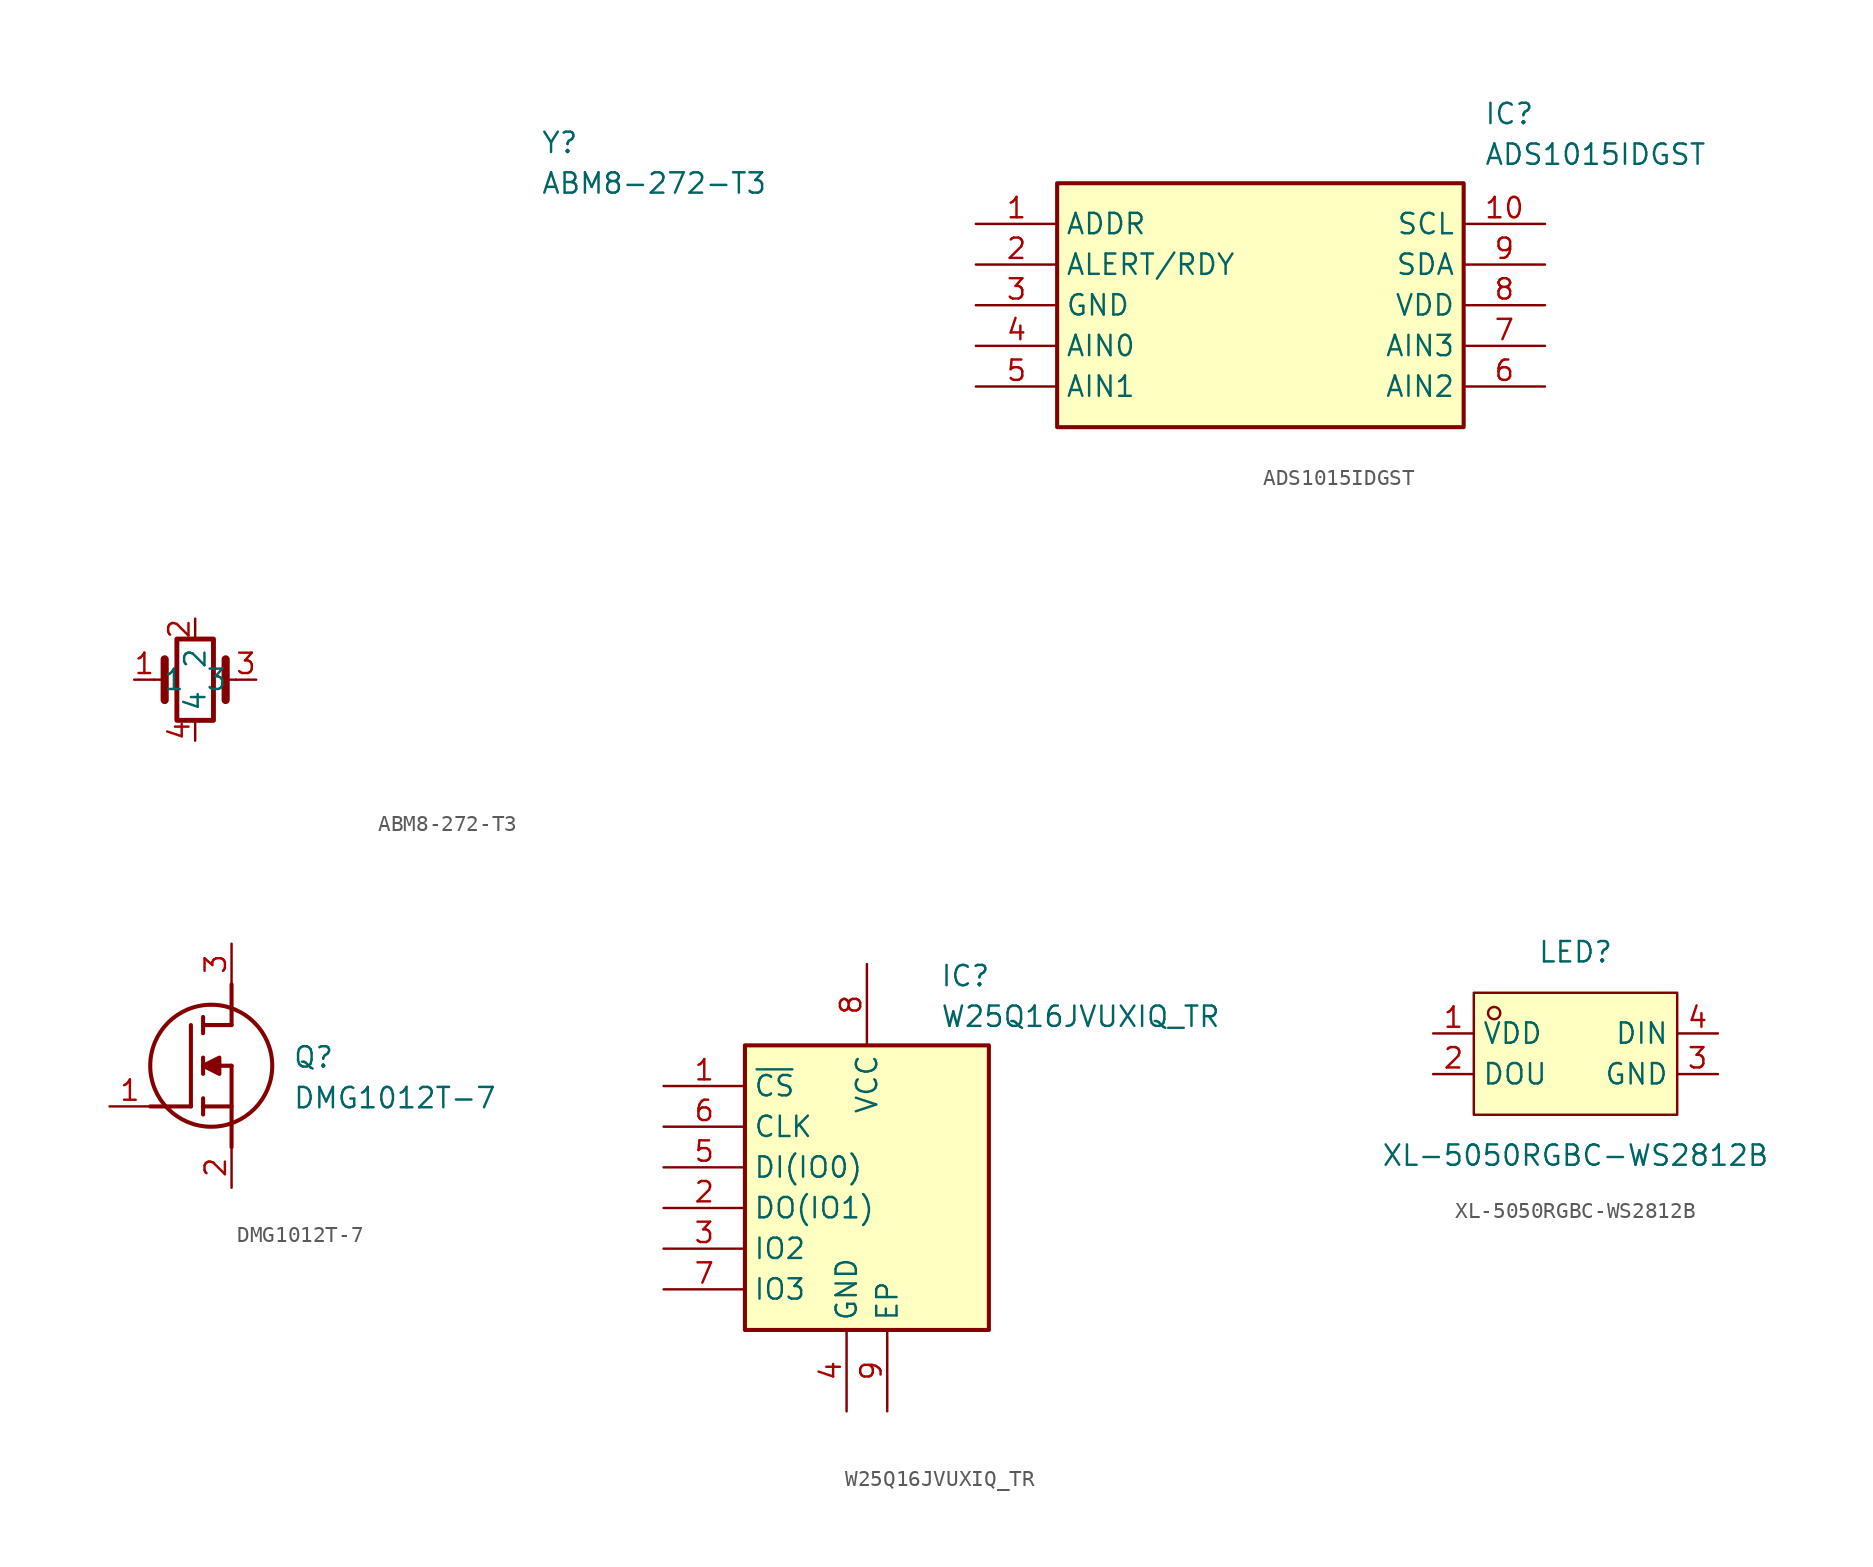
<source format=kicad_sym>
(kicad_symbol_lib
  (version 20241209)
  (generator "kicad_symbol_editor")
  (generator_version "9.0")
  (symbol "ABM8-272-T3"
    (property "Reference" "Y"
      (at 36.83 7.62 0)
      (effects (font (size 1.27 1.27)) (justify left top)))
    (property "Value" "ABM8-272-T3"
      (at 36.83 5.08 0)
      (effects (font (size 1.27 1.27)) (justify left top)))
    (symbol "ABM8-272-T3_0_1"
      (polyline (pts (xy 12.7 -26.67) (xy 13.335 -26.67)) (stroke (width 0) (type default)) (fill (type none)))
      (polyline (pts (xy 13.335 -27.94) (xy 13.335 -25.4)) (stroke (width 0.508) (type default)) (fill (type none)))
      (rectangle (start 14.097 -24.13) (end 16.383 -29.21) (stroke (width 0.305) (type default)) (fill (type none)))
      (polyline (pts (xy 17.145 -27.94) (xy 17.145 -25.4)) (stroke (width 0.508) (type default)) (fill (type none)))
      (polyline (pts (xy 17.78 -26.67) (xy 17.145 -26.67)) (stroke (width 0) (type default)) (fill (type none))))
    (symbol "ABM8-272-T3_1_1"
      (pin passive line (at 11.43 -26.67 0) (length 1.27) (name "1" (effects (font (size 1.27 1.27)))) (number "1" (effects (font (size 1.27 1.27)))))
      (pin passive line (at 15.24 -22.86 270) (length 1.27) (name "2" (effects (font (size 1.27 1.27)))) (number "2" (effects (font (size 1.27 1.27)))))
      (pin passive line (at 15.24 -30.48 90) (length 1.27) (name "4" (effects (font (size 1.27 1.27)))) (number "4" (effects (font (size 1.27 1.27)))))
      (pin passive line (at 19.05 -26.67 180) (length 1.27) (name "3" (effects (font (size 1.27 1.27)))) (number "3" (effects (font (size 1.27 1.27)))))))
  (symbol "ADS1015IDGST"
    (property "Reference" "IC"
      (at 31.75 7.62 0)
      (effects (font (size 1.27 1.27)) (justify left top)))
    (property "Value" "ADS1015IDGST"
      (at 31.75 5.08 0)
      (effects (font (size 1.27 1.27)) (justify left top)))
    (symbol "ADS1015IDGST_1_1"
      (rectangle (start 5.08 2.54) (end 30.48 -12.7) (stroke (width 0.254) (type default)) (fill (type background)))
      (pin passive line (at 0 0 0) (length 5.08) (name "ADDR" (effects (font (size 1.27 1.27)))) (number "1" (effects (font (size 1.27 1.27)))))
      (pin passive line (at 0 -2.54 0) (length 5.08) (name "ALERT/RDY" (effects (font (size 1.27 1.27)))) (number "2" (effects (font (size 1.27 1.27)))))
      (pin passive line (at 0 -5.08 0) (length 5.08) (name "GND" (effects (font (size 1.27 1.27)))) (number "3" (effects (font (size 1.27 1.27)))))
      (pin passive line (at 0 -7.62 0) (length 5.08) (name "AIN0" (effects (font (size 1.27 1.27)))) (number "4" (effects (font (size 1.27 1.27)))))
      (pin passive line (at 0 -10.16 0) (length 5.08) (name "AIN1" (effects (font (size 1.27 1.27)))) (number "5" (effects (font (size 1.27 1.27)))))
      (pin passive line (at 35.56 0 180) (length 5.08) (name "SCL" (effects (font (size 1.27 1.27)))) (number "10" (effects (font (size 1.27 1.27)))))
      (pin passive line (at 35.56 -2.54 180) (length 5.08) (name "SDA" (effects (font (size 1.27 1.27)))) (number "9" (effects (font (size 1.27 1.27)))))
      (pin passive line (at 35.56 -5.08 180) (length 5.08) (name "VDD" (effects (font (size 1.27 1.27)))) (number "8" (effects (font (size 1.27 1.27)))))
      (pin passive line (at 35.56 -7.62 180) (length 5.08) (name "AIN3" (effects (font (size 1.27 1.27)))) (number "7" (effects (font (size 1.27 1.27)))))
      (pin passive line (at 35.56 -10.16 180) (length 5.08) (name "AIN2" (effects (font (size 1.27 1.27)))) (number "6" (effects (font (size 1.27 1.27)))))))
  (symbol "DMG1012T-7"
    (pin_names
      (hide yes))
    (property "Reference" "Q"
      (at 11.43 3.81 0)
      (effects (font (size 1.27 1.27)) (justify left top)))
    (property "Value" "DMG1012T-7"
      (at 11.43 1.27 0)
      (effects (font (size 1.27 1.27)) (justify left top)))
    (symbol "DMG1012T-7_1_1"
      (polyline (pts (xy 2.54 0) (xy 5.08 0)) (stroke (width 0.254) (type default)) (fill (type none)))
      (polyline (pts (xy 5.08 5.08) (xy 5.08 0)) (stroke (width 0.254) (type default)) (fill (type none)))
      (polyline (pts (xy 5.842 5.588) (xy 5.842 4.572)) (stroke (width 0.254) (type default)) (fill (type none)))
      (polyline (pts (xy 5.842 2.54) (xy 6.858 3.048) (xy 6.858 2.032) (xy 5.842 2.54)) (stroke (width 0.254) (type default)) (fill (type outline)))
      (polyline (pts (xy 5.842 2.032) (xy 5.842 3.048)) (stroke (width 0.254) (type default)) (fill (type none)))
      (polyline (pts (xy 5.842 0) (xy 7.62 0)) (stroke (width 0.254) (type default)) (fill (type none)))
      (polyline (pts (xy 5.842 -0.508) (xy 5.842 0.508)) (stroke (width 0.254) (type default)) (fill (type none)))
      (circle (center 6.35 2.54) (radius 3.81) (stroke (width 0.254) (type default)) (fill (type none)))
      (polyline (pts (xy 7.62 5.08) (xy 5.842 5.08)) (stroke (width 0.254) (type default)) (fill (type none)))
      (polyline (pts (xy 7.62 5.08) (xy 7.62 7.62)) (stroke (width 0.254) (type default)) (fill (type none)))
      (polyline (pts (xy 7.62 2.54) (xy 5.842 2.54)) (stroke (width 0.254) (type default)) (fill (type none)))
      (polyline (pts (xy 7.62 2.54) (xy 7.62 -2.54)) (stroke (width 0.254) (type default)) (fill (type none)))
      (pin passive line (at 0 0 0) (length 2.54) (name "G" (effects (font (size 1.27 1.27)))) (number "1" (effects (font (size 1.27 1.27)))))
      (pin passive line (at 7.62 10.16 270) (length 2.54) (name "D" (effects (font (size 1.27 1.27)))) (number "3" (effects (font (size 1.27 1.27)))))
      (pin passive line (at 7.62 -5.08 90) (length 2.54) (name "S" (effects (font (size 1.27 1.27)))) (number "2" (effects (font (size 1.27 1.27)))))))
  (symbol "W25Q16JVUXIQ_TR"
    (property "Reference" "IC"
      (at 17.272 7.62 0)
      (effects (font (size 1.27 1.27)) (justify left top)))
    (property "Value" "W25Q16JVUXIQ_TR"
      (at 17.272 5.08 0)
      (effects (font (size 1.27 1.27)) (justify left top)))
    (symbol "W25Q16JVUXIQ_TR_1_1"
      (rectangle (start 5.08 2.54) (end 20.32 -15.24) (stroke (width 0.254) (type default)) (fill (type background)))
      (pin passive line (at 0 0 0) (length 5.08) (name "~{CS}" (effects (font (size 1.27 1.27)))) (number "1" (effects (font (size 1.27 1.27)))))
      (pin passive line (at 0 -2.54 0) (length 5.08) (name "CLK" (effects (font (size 1.27 1.27)))) (number "6" (effects (font (size 1.27 1.27)))))
      (pin passive line (at 0 -5.08 0) (length 5.08) (name "DI(IO0)" (effects (font (size 1.27 1.27)))) (number "5" (effects (font (size 1.27 1.27)))))
      (pin passive line (at 0 -7.62 0) (length 5.08) (name "DO(IO1)" (effects (font (size 1.27 1.27)))) (number "2" (effects (font (size 1.27 1.27)))))
      (pin passive line (at 0 -10.16 0) (length 5.08) (name "IO2" (effects (font (size 1.27 1.27)))) (number "3" (effects (font (size 1.27 1.27)))))
      (pin passive line (at 0 -12.7 0) (length 5.08) (name "IO3" (effects (font (size 1.27 1.27)))) (number "7" (effects (font (size 1.27 1.27)))))
      (pin passive line (at 11.43 -20.32 90) (length 5.08) (name "GND" (effects (font (size 1.27 1.27)))) (number "4" (effects (font (size 1.27 1.27)))))
      (pin passive line (at 12.7 7.62 270) (length 5.08) (name "VCC" (effects (font (size 1.27 1.27)))) (number "8" (effects (font (size 1.27 1.27)))))
      (pin passive line (at 13.97 -20.32 90) (length 5.08) (name "EP" (effects (font (size 1.27 1.27)))) (number "9" (effects (font (size 1.27 1.27)))))))
  (symbol "XL-5050RGBC-WS2812B"
    (property "Reference" "LED"
      (at 0 6.35 0)
      (effects (font (size 1.27 1.27))))
    (property "Value" "XL-5050RGBC-WS2812B"
      (at 0 -6.35 0)
      (effects (font (size 1.27 1.27))))
    (symbol "XL-5050RGBC-WS2812B_0_1"
      (rectangle (start -6.35 3.81) (end 6.35 -3.81) (stroke (width 0) (type default)) (fill (type background)))
      (circle (center -5.08 2.54) (radius 0.38) (stroke (width 0) (type default)) (fill (type none)))
      (pin unspecified line (at -8.89 1.27 0) (length 2.54) (name "VDD" (effects (font (size 1.27 1.27)))) (number "1" (effects (font (size 1.27 1.27)))))
      (pin unspecified line (at -8.89 -1.27 0) (length 2.54) (name "DOU" (effects (font (size 1.27 1.27)))) (number "2" (effects (font (size 1.27 1.27)))))
      (pin unspecified line (at 8.89 1.27 180) (length 2.54) (name "DIN" (effects (font (size 1.27 1.27)))) (number "4" (effects (font (size 1.27 1.27)))))
      (pin unspecified line (at 8.89 -1.27 180) (length 2.54) (name "GND" (effects (font (size 1.27 1.27)))) (number "3" (effects (font (size 1.27 1.27))))))))
</source>
